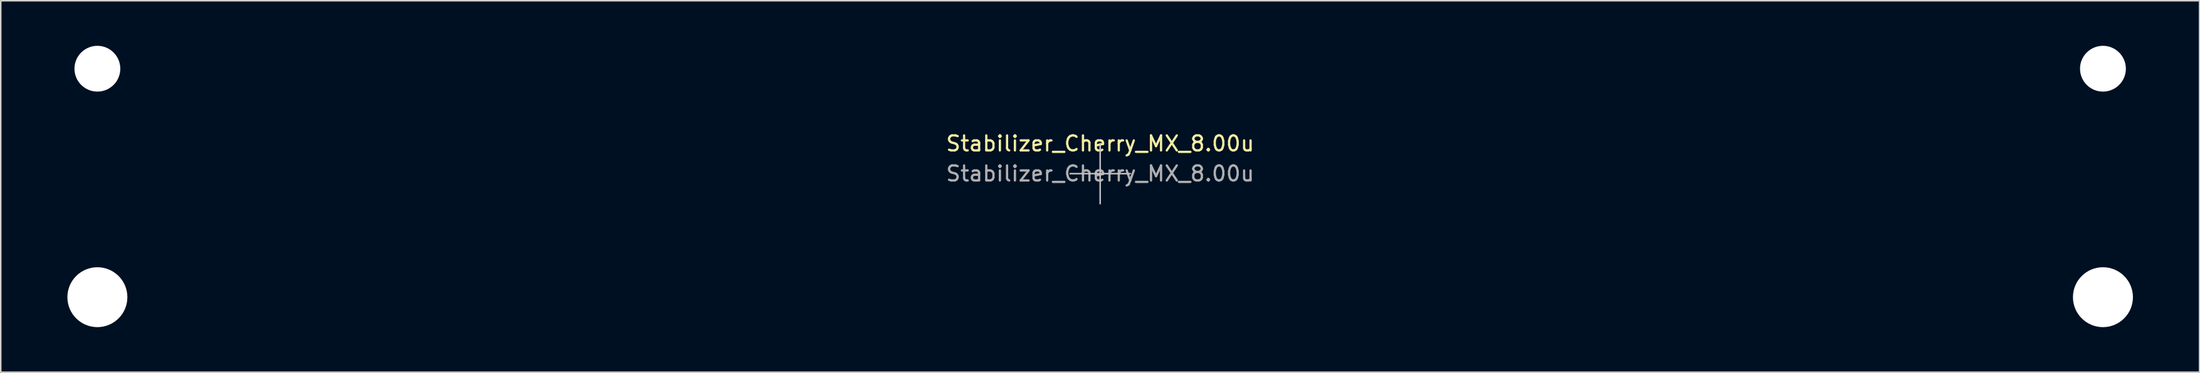
<source format=kicad_pcb>
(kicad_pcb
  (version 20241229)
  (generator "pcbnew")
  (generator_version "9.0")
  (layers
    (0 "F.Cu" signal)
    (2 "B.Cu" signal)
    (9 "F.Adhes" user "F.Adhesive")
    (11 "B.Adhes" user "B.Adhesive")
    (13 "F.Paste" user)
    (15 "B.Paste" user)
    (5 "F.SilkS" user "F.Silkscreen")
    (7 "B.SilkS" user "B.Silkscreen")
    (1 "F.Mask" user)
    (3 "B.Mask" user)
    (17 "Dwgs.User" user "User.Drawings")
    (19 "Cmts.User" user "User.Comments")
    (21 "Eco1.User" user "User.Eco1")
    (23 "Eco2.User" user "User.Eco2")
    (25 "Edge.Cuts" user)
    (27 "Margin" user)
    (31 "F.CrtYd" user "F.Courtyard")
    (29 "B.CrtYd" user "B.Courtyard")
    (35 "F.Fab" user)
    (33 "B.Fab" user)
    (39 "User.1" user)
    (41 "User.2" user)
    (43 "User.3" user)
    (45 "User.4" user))
  (footprint "Stabilizer_Cherry_MX_8.00u"
    (layer "F.Cu")
    (at 70.1 8.509)
    (property "Reference" "Stabilizer_Cherry_MX_8.00u" (at 0 -2 0) (layer "F.SilkS") (effects (font (size 1 1) (thickness 0.15))))
    (attr exclude_from_pos_files exclude_from_bom)
    (fp_line (start -2 0) (end 2 0) (stroke (width 0.1) (type solid)) (layer "Dwgs.User"))
    (fp_line (start 0 2) (end 0 -2) (stroke (width 0.1) (type solid)) (layer "Dwgs.User"))
    (fp_line (start -70.05 -5.53) (end -70.05 6.77) (stroke (width 0.1) (type solid)) (layer "Eco1.User"))
    (fp_line (start -70.05 6.77) (end -63.3 6.77) (stroke (width 0.1) (type solid)) (layer "Eco1.User"))
    (fp_line (start -63.3 -5.53) (end -70.05 -5.53) (stroke (width 0.1) (type solid)) (layer "Eco1.User"))
    (fp_line (start -63.3 6.77) (end -63.3 -5.53) (stroke (width 0.1) (type solid)) (layer "Eco1.User"))
    (fp_line (start 63.3 -5.53) (end 63.3 6.77) (stroke (width 0.1) (type solid)) (layer "Eco1.User"))
    (fp_line (start 63.3 6.77) (end 70.05 6.77) (stroke (width 0.1) (type solid)) (layer "Eco1.User"))
    (fp_line (start 70.05 -5.53) (end 63.3 -5.53) (stroke (width 0.1) (type solid)) (layer "Eco1.User"))
    (fp_line (start 70.05 6.77) (end 70.05 -5.53) (stroke (width 0.1) (type solid)) (layer "Eco1.User"))
    (fp_text user "${REFERENCE}" (at 0 0 0) (layer "F.Fab") (effects (font (size 1 1) (thickness 0.15))))
    (pad "" np_thru_hole circle (at -66.675 -6.985) (size 3.048 3.048) (drill 3.048) (layers "*.Cu" "*.Mask"))
    (pad "" np_thru_hole circle (at -66.675 8.225) (size 3.988 3.988) (drill 3.988) (layers "*.Cu" "*.Mask"))
    (pad "" np_thru_hole circle (at 66.675 -6.985) (size 3.048 3.048) (drill 3.048) (layers "*.Cu" "*.Mask"))
    (pad "" np_thru_hole circle (at 66.675 8.225) (size 3.988 3.988) (drill 3.988) (layers "*.Cu" "*.Mask")))
  (gr_rect
    (start -3 -3)
    (end 143.2 21.728)
    (stroke (width 0.1) (type default))
    (fill no)
    (layer "Edge.Cuts")))
</source>
